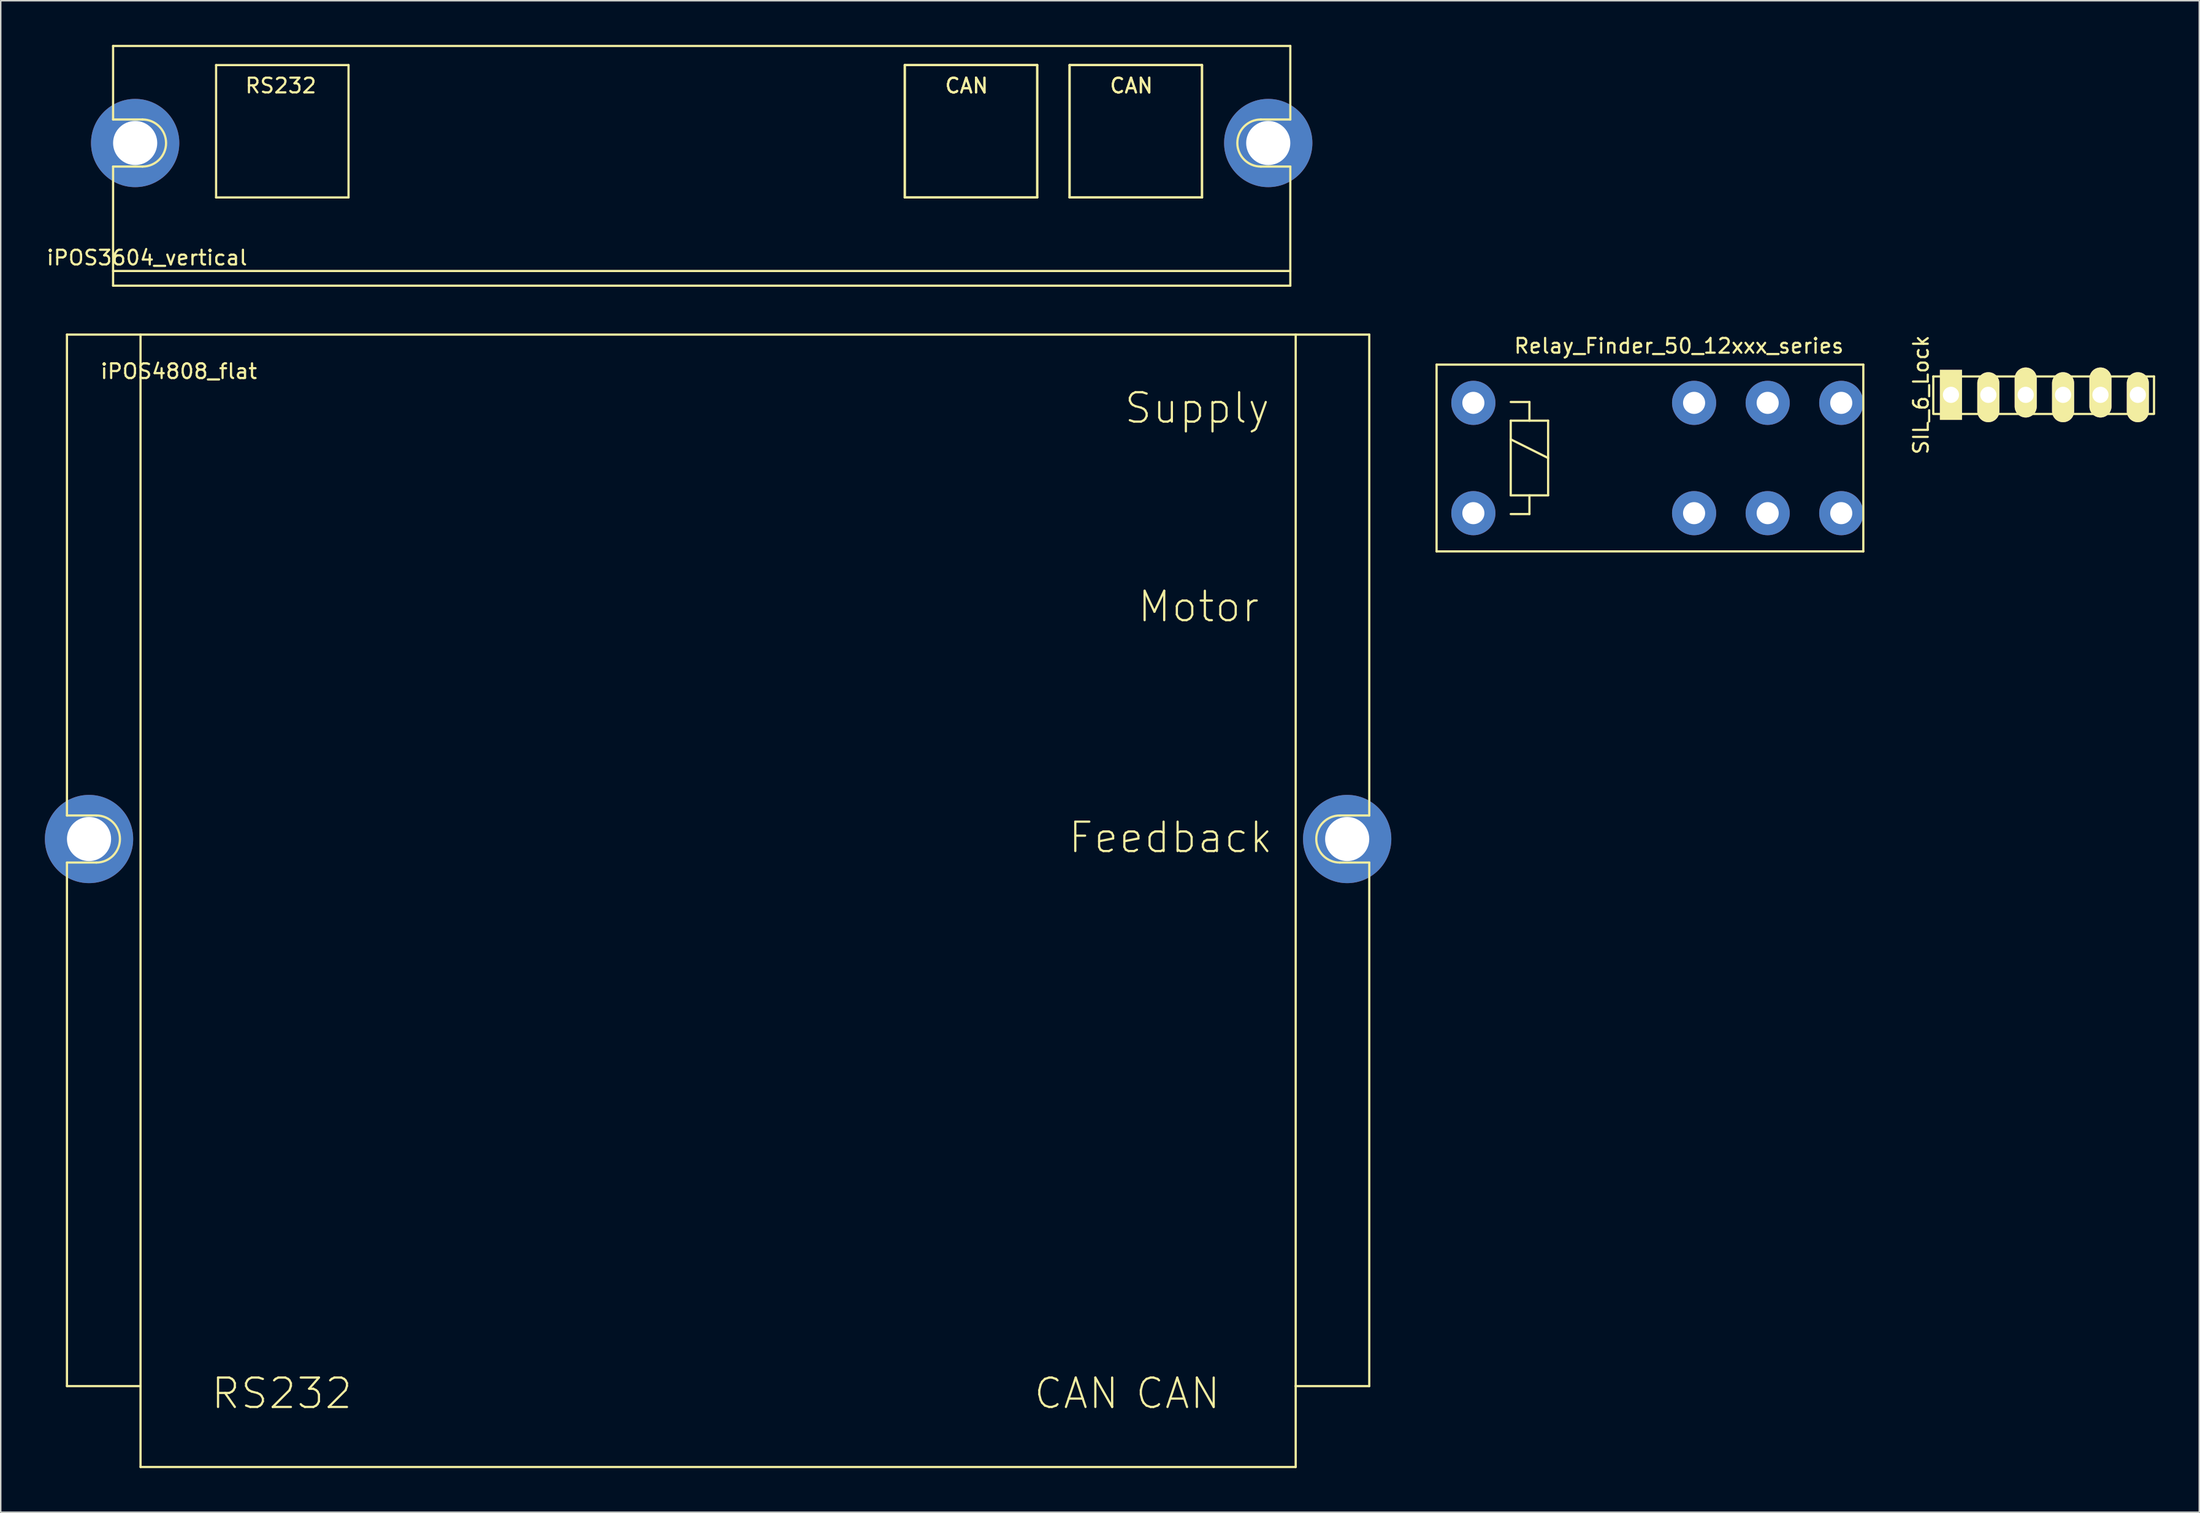
<source format=kicad_pcb>
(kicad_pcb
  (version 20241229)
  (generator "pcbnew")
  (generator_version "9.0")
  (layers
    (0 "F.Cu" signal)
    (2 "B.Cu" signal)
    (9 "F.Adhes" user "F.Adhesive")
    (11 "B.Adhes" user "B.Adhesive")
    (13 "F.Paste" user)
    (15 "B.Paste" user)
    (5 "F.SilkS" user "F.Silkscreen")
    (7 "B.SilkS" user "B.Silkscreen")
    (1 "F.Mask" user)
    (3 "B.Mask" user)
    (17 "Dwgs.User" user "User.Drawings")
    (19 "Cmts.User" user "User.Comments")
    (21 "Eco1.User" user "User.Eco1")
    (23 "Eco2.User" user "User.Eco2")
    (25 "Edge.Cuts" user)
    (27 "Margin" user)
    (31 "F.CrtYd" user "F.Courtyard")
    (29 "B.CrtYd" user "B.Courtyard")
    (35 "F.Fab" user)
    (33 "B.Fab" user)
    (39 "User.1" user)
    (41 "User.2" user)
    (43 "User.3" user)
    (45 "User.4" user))
  (footprint "iPOS4808_flat"
    (layer "F.Cu")
    (at 3.5 54)
    (property "Reference" "iPOS4808_flat" (at 5.6 -31.8 0) (layer "F.SilkS") (effects (font (size 1 1) (thickness 0.15))))
    (attr through_hole)
    (fp_line (start -2 -34.3) (end 86.5 -34.3) (stroke (width 0.15) (type solid)) (layer "F.SilkS"))
    (fp_line (start -2 -1.6) (end -2 -34.3) (stroke (width 0.15) (type solid)) (layer "F.SilkS"))
    (fp_line (start -2 1.6) (end -2 37.2) (stroke (width 0.15) (type solid)) (layer "F.SilkS"))
    (fp_line (start 0 -1.6) (end -2 -1.6) (stroke (width 0.15) (type solid)) (layer "F.SilkS"))
    (fp_line (start 0 1.6) (end -2 1.6) (stroke (width 0.15) (type solid)) (layer "F.SilkS"))
    (fp_line (start 3 37.2) (end -2 37.2) (stroke (width 0.15) (type solid)) (layer "F.SilkS"))
    (fp_line (start 3 37.2) (end 3 -34.3) (stroke (width 0.15) (type solid)) (layer "F.SilkS"))
    (fp_line (start 3 42.7) (end 3 37.2) (stroke (width 0.15) (type solid)) (layer "F.SilkS"))
    (fp_line (start 81.5 37.2) (end 81.5 -34.3) (stroke (width 0.15) (type solid)) (layer "F.SilkS"))
    (fp_line (start 81.5 37.2) (end 81.5 42.7) (stroke (width 0.15) (type solid)) (layer "F.SilkS"))
    (fp_line (start 81.5 42.7) (end 3 42.7) (stroke (width 0.15) (type solid)) (layer "F.SilkS"))
    (fp_line (start 84.5 -1.6) (end 86.5 -1.6) (stroke (width 0.15) (type solid)) (layer "F.SilkS"))
    (fp_line (start 84.5 1.6) (end 86.5 1.6) (stroke (width 0.15) (type solid)) (layer "F.SilkS"))
    (fp_line (start 86.5 -1.6) (end 86.5 -34.3) (stroke (width 0.15) (type solid)) (layer "F.SilkS"))
    (fp_line (start 86.5 1.6) (end 86.5 37.2) (stroke (width 0.15) (type solid)) (layer "F.SilkS"))
    (fp_line (start 86.5 37.2) (end 81.5 37.2) (stroke (width 0.15) (type solid)) (layer "F.SilkS"))
    (fp_arc (start 0 -1.6) (mid 1.6 0) (end 0 1.6) (stroke (width 0.15) (type solid)) (layer "F.SilkS"))
    (fp_arc (start 84.5 1.6) (mid 82.9 0) (end 84.5 -1.6) (stroke (width 0.15) (type solid)) (layer "F.SilkS"))
    (fp_text user "CAN" (at 66.6 37.7 180) (layer "F.SilkS") (effects (font (size 2 2) (thickness 0.15))))
    (fp_text user "RS232" (at 12.6 37.7 180) (layer "F.SilkS") (effects (font (size 2 2) (thickness 0.15))))
    (fp_text user "Supply" (at 74.8 -29.3 0) (layer "F.SilkS") (effects (font (size 2 2) (thickness 0.15))))
    (fp_text user "CAN" (at 73.5 37.7 180) (layer "F.SilkS") (effects (font (size 2 2) (thickness 0.15))))
    (fp_text user "Motor" (at 74.9 -15.8 0) (layer "F.SilkS") (effects (font (size 2 2) (thickness 0.15))))
    (fp_text user "Feedback" (at 73 -0.1 0) (layer "F.SilkS") (effects (font (size 2 2) (thickness 0.15))))
    (pad "" np_thru_hole circle (at -0.5 0) (size 6 6) (drill 3) (layers "*.Cu" "*.Mask"))
    (pad "" np_thru_hole circle (at 85 0) (size 6 6) (drill 3) (layers "*.Cu" "*.Mask")))
  (footprint "SIL_6_Lock"
    (layer "F.Cu")
    (at 129.53 23.798)
    (property "Reference" "SIL_6_Lock" (at -2.032 0 90) (layer "F.SilkS") (effects (font (size 1 1) (thickness 0.15))))
    (attr through_hole)
    (fp_line (start -1.2 -1.25) (end 13.8 -1.25) (stroke (width 0.15) (type solid)) (layer "F.SilkS"))
    (fp_line (start -1.2 1.25) (end -1.2 -1.25) (stroke (width 0.15) (type solid)) (layer "F.SilkS"))
    (fp_line (start 13.8 -1.25) (end 13.8 1.25) (stroke (width 0.15) (type solid)) (layer "F.SilkS"))
    (fp_line (start 13.8 1.3) (end -1.2 1.3) (stroke (width 0.15) (type solid)) (layer "F.SilkS"))
    (pad "1" thru_hole rect (at 0 0) (size 1.5 3.4) (drill 1.1) (layers "*.Mask" "B.Cu" "F.SilkS"))
    (pad "2" thru_hole oval (at 2.54 0) (size 1.5 3.4) (drill 1.1 (offset 0 0.16)) (layers "*.Mask" "B.Cu" "F.SilkS"))
    (pad "3" thru_hole oval (at 5.08 0) (size 1.5 3.4) (drill 1.1 (offset 0 -0.16)) (layers "*.Mask" "B.Cu" "F.SilkS"))
    (pad "4" thru_hole oval (at 7.62 0) (size 1.5 3.4) (drill 1.1 (offset 0 0.16)) (layers "*.Mask" "B.Cu" "F.SilkS"))
    (pad "5" thru_hole oval (at 10.16 0) (size 1.5 3.4) (drill 1.1 (offset 0 -0.16)) (layers "*.Mask" "B.Cu" "F.SilkS"))
    (pad "6" thru_hole oval (at 12.7 0) (size 1.5 3.4) (drill 1.1 (offset 0 0.16)) (layers "*.Mask" "B.Cu" "F.SilkS")))
  (footprint "Relay_Finder_50_12xxx_series"
    (layer "F.Cu")
    (at 97.075 28.093)
    (property "Reference" "Relay_Finder_50_12xxx_series" (at 13.97 -7.62 0) (layer "F.SilkS") (effects (font (size 1 1) (thickness 0.15))))
    (attr through_hole)
    (fp_line (start -2.5 -6.35) (end 26.5 -6.35) (stroke (width 0.15) (type solid)) (layer "F.SilkS"))
    (fp_line (start -2.5 6.35) (end -2.5 -6.35) (stroke (width 0.15) (type solid)) (layer "F.SilkS"))
    (fp_line (start 2.54 -3.81) (end 3.81 -3.81) (stroke (width 0.15) (type solid)) (layer "F.SilkS"))
    (fp_line (start 2.54 -2.54) (end 3.81 -2.54) (stroke (width 0.15) (type solid)) (layer "F.SilkS"))
    (fp_line (start 2.54 -1.27) (end 5.08 0) (stroke (width 0.15) (type solid)) (layer "F.SilkS"))
    (fp_line (start 2.54 2.54) (end 2.54 -2.54) (stroke (width 0.15) (type solid)) (layer "F.SilkS"))
    (fp_line (start 3.81 -3.81) (end 3.81 -2.54) (stroke (width 0.15) (type solid)) (layer "F.SilkS"))
    (fp_line (start 3.81 -2.54) (end 5.08 -2.54) (stroke (width 0.15) (type solid)) (layer "F.SilkS"))
    (fp_line (start 3.81 2.54) (end 3.81 3.81) (stroke (width 0.15) (type solid)) (layer "F.SilkS"))
    (fp_line (start 3.81 3.81) (end 2.54 3.81) (stroke (width 0.15) (type solid)) (layer "F.SilkS"))
    (fp_line (start 5.08 -2.54) (end 5.08 2.54) (stroke (width 0.15) (type solid)) (layer "F.SilkS"))
    (fp_line (start 5.08 2.54) (end 2.54 2.54) (stroke (width 0.15) (type solid)) (layer "F.SilkS"))
    (fp_line (start 26.5 -6.35) (end 26.5 6.35) (stroke (width 0.15) (type solid)) (layer "F.SilkS"))
    (fp_line (start 26.5 6.35) (end -2.5 6.35) (stroke (width 0.15) (type solid)) (layer "F.SilkS"))
    (pad "11" thru_hole circle (at 20 -3.75) (size 3 3) (drill 1.5) (layers "*.Cu" "*.Mask"))
    (pad "12" thru_hole circle (at 15 -3.75) (size 3 3) (drill 1.5) (layers "*.Cu" "*.Mask"))
    (pad "14" thru_hole circle (at 25 -3.75) (size 3 3) (drill 1.5) (layers "*.Cu" "*.Mask"))
    (pad "21" thru_hole circle (at 20 3.75) (size 3 3) (drill 1.5) (layers "*.Cu" "*.Mask"))
    (pad "22" thru_hole circle (at 15 3.75) (size 3 3) (drill 1.5) (layers "*.Cu" "*.Mask"))
    (pad "24" thru_hole circle (at 25 3.75) (size 3 3) (drill 1.5) (layers "*.Cu" "*.Mask"))
    (pad "A1" thru_hole circle (at 0 -3.75) (size 3 3) (drill 1.5) (layers "*.Cu" "*.Mask"))
    (pad "A2" thru_hole circle (at 0 3.75) (size 3 3) (drill 1.5) (layers "*.Cu" "*.Mask")))
  (footprint "iPOS3604_vertical"
    (layer "F.Cu")
    (at 4.635 16.375)
    (property "Reference" "iPOS3604_vertical" (at 2.3 -1.9 0) (layer "F.SilkS") (effects (font (size 1 1) (thickness 0.15))))
    (attr through_hole)
    (fp_line (start 0 -11.3) (end 0 -16.3) (stroke (width 0.15) (type solid)) (layer "F.SilkS"))
    (fp_line (start 0 -8.1) (end 0 0) (stroke (width 0.15) (type solid)) (layer "F.SilkS"))
    (fp_line (start 0 -1) (end 80 -1) (stroke (width 0.15) (type solid)) (layer "F.SilkS"))
    (fp_line (start 0 0) (end 80 0) (stroke (width 0.15) (type solid)) (layer "F.SilkS"))
    (fp_line (start 2 -11.3) (end 0 -11.3) (stroke (width 0.15) (type solid)) (layer "F.SilkS"))
    (fp_line (start 2 -8.1) (end 0 -8.1) (stroke (width 0.15) (type solid)) (layer "F.SilkS"))
    (fp_line (start 7 -15) (end 16 -15) (stroke (width 0.15) (type solid)) (layer "F.SilkS"))
    (fp_line (start 7 -6) (end 7 -15) (stroke (width 0.15) (type solid)) (layer "F.SilkS"))
    (fp_line (start 16 -15) (end 16 -6) (stroke (width 0.15) (type solid)) (layer "F.SilkS"))
    (fp_line (start 16 -6) (end 7 -6) (stroke (width 0.15) (type solid)) (layer "F.SilkS"))
    (fp_line (start 53.8 -15) (end 62.8 -15) (stroke (width 0.15) (type solid)) (layer "F.SilkS"))
    (fp_line (start 53.8 -15) (end 62.8 -15) (stroke (width 0.15) (type solid)) (layer "F.SilkS"))
    (fp_line (start 53.8 -6) (end 53.8 -15) (stroke (width 0.15) (type solid)) (layer "F.SilkS"))
    (fp_line (start 53.8 -6) (end 53.8 -15) (stroke (width 0.15) (type solid)) (layer "F.SilkS"))
    (fp_line (start 62.8 -15) (end 62.8 -6) (stroke (width 0.15) (type solid)) (layer "F.SilkS"))
    (fp_line (start 62.8 -15) (end 62.8 -6) (stroke (width 0.15) (type solid)) (layer "F.SilkS"))
    (fp_line (start 62.8 -6) (end 53.8 -6) (stroke (width 0.15) (type solid)) (layer "F.SilkS"))
    (fp_line (start 62.8 -6) (end 53.8 -6) (stroke (width 0.15) (type solid)) (layer "F.SilkS"))
    (fp_line (start 65 -15) (end 74 -15) (stroke (width 0.15) (type solid)) (layer "F.SilkS"))
    (fp_line (start 65 -15) (end 74 -15) (stroke (width 0.15) (type solid)) (layer "F.SilkS"))
    (fp_line (start 65 -6) (end 65 -15) (stroke (width 0.15) (type solid)) (layer "F.SilkS"))
    (fp_line (start 65 -6) (end 65 -15) (stroke (width 0.15) (type solid)) (layer "F.SilkS"))
    (fp_line (start 74 -15) (end 74 -6) (stroke (width 0.15) (type solid)) (layer "F.SilkS"))
    (fp_line (start 74 -15) (end 74 -6) (stroke (width 0.15) (type solid)) (layer "F.SilkS"))
    (fp_line (start 74 -6) (end 65 -6) (stroke (width 0.15) (type solid)) (layer "F.SilkS"))
    (fp_line (start 74 -6) (end 65 -6) (stroke (width 0.15) (type solid)) (layer "F.SilkS"))
    (fp_line (start 78 -11.3) (end 80 -11.3) (stroke (width 0.15) (type solid)) (layer "F.SilkS"))
    (fp_line (start 78 -8.1) (end 80 -8.1) (stroke (width 0.15) (type solid)) (layer "F.SilkS"))
    (fp_line (start 80 -16.3) (end 0 -16.3) (stroke (width 0.15) (type solid)) (layer "F.SilkS"))
    (fp_line (start 80 -11.3) (end 80 -16.3) (stroke (width 0.15) (type solid)) (layer "F.SilkS"))
    (fp_line (start 80 -8.1) (end 80 0) (stroke (width 0.15) (type solid)) (layer "F.SilkS"))
    (fp_arc (start 2 -11.3) (mid 3.6 -9.7) (end 2 -8.1) (stroke (width 0.15) (type solid)) (layer "F.SilkS"))
    (fp_arc (start 78 -8.1) (mid 76.4 -9.7) (end 78 -11.3) (stroke (width 0.15) (type solid)) (layer "F.SilkS"))
    (fp_text user "CAN" (at 69.2 -13.6 0) (layer "F.SilkS") (effects (font (size 1 1) (thickness 0.15))))
    (fp_text user "CAN" (at 58 -13.6 0) (layer "F.SilkS") (effects (font (size 1 1) (thickness 0.15))))
    (fp_text user "CAN" (at 58 -13.6 0) (layer "F.SilkS") (effects (font (size 1 1) (thickness 0.15))))
    (fp_text user "RS232" (at 11.4 -13.6 0) (layer "F.SilkS") (effects (font (size 1 1) (thickness 0.15))))
    (fp_text user "CAN" (at 69.2 -13.6 0) (layer "F.SilkS") (effects (font (size 1 1) (thickness 0.15))))
    (pad "" np_thru_hole circle (at 1.5 -9.7) (size 6 6) (drill 3) (layers "*.Cu" "*.Mask"))
    (pad "" np_thru_hole circle (at 78.5 -9.7) (size 6 6) (drill 3) (layers "*.Cu" "*.Mask")))
  (gr_rect
    (start -3 -3)
    (end 146.405 99.775)
    (stroke (width 0.1) (type default))
    (fill no)
    (layer "Edge.Cuts")))
</source>
